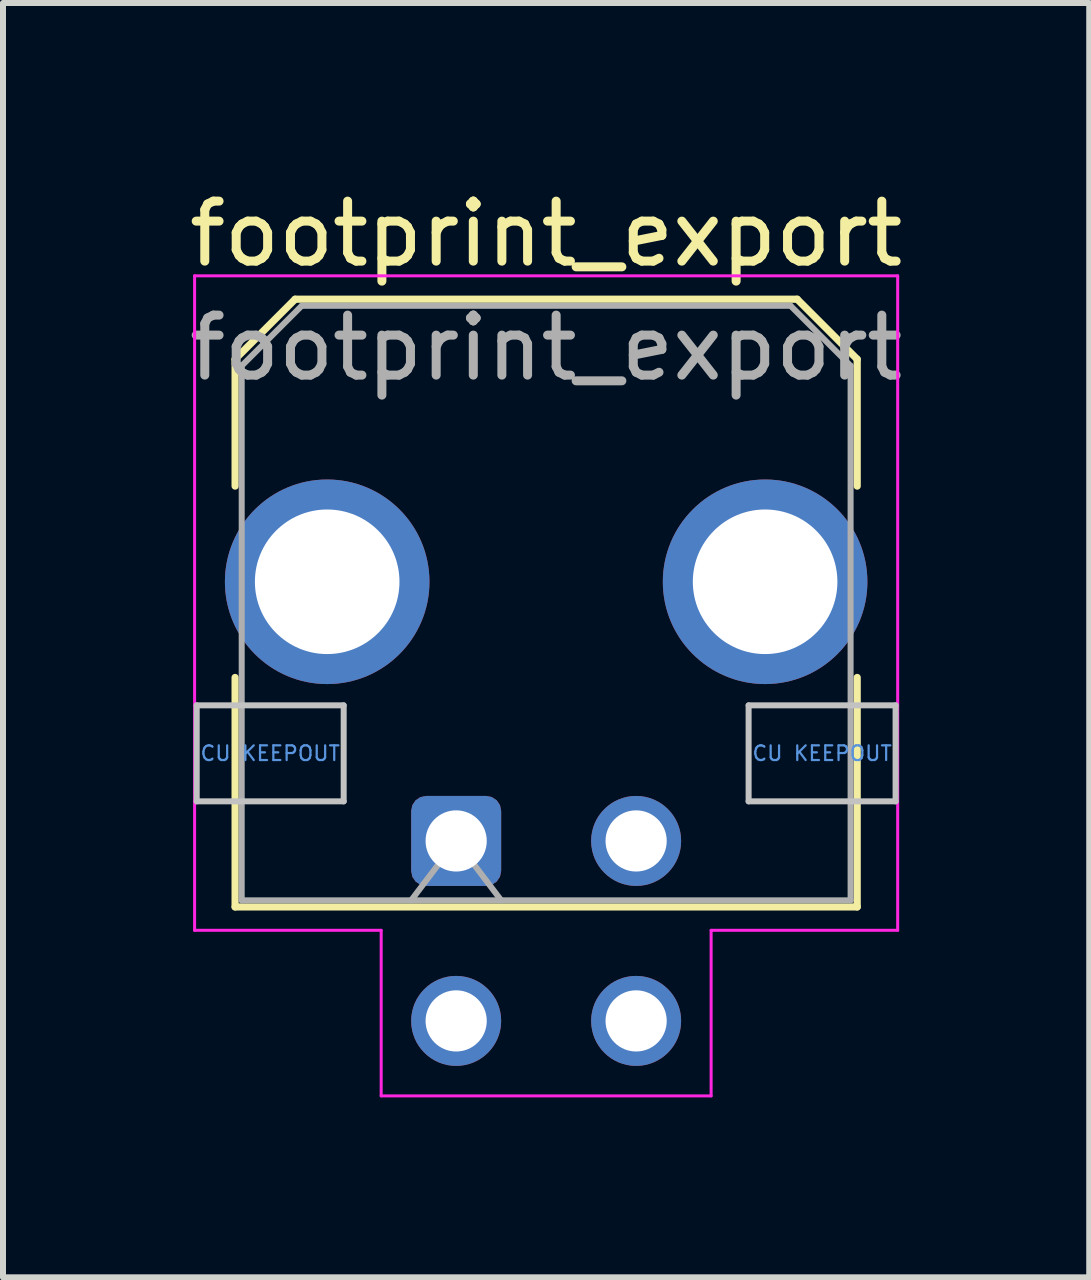
<source format=kicad_pcb>
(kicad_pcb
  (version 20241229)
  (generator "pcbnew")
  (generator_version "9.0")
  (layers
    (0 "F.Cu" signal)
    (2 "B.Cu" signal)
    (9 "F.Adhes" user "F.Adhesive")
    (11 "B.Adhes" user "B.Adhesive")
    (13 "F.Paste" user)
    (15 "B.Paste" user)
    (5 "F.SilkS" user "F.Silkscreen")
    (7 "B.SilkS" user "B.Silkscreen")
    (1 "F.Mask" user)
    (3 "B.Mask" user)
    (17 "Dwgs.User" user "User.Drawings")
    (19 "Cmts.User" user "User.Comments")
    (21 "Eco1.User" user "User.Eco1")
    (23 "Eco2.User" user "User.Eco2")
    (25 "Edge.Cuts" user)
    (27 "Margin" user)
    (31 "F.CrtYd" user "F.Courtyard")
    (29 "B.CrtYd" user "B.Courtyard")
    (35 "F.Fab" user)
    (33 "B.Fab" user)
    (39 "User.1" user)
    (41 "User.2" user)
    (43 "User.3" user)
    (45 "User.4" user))
  (footprint "footprint_export"
    (layer "F.Cu")
    (at 4.554 10.968)
    (property "Reference" "footprint_export" (at 1.5 -10.12 0) (layer "F.SilkS") (effects (font (size 1 1) (thickness 0.15))))
    (attr through_hole)
    (fp_line (start -3.685 -8.03) (end -2.685 -9.03) (stroke (width 0.12) (type solid)) (layer "F.SilkS"))
    (fp_line (start -3.685 -5.915) (end -3.685 -8.03) (stroke (width 0.12) (type solid)) (layer "F.SilkS"))
    (fp_line (start -3.685 -2.725) (end -3.685 1.1) (stroke (width 0.12) (type solid)) (layer "F.SilkS"))
    (fp_line (start -3.685 1.1) (end 6.685 1.1) (stroke (width 0.12) (type solid)) (layer "F.SilkS"))
    (fp_line (start -2.685 -9.03) (end 5.685 -9.03) (stroke (width 0.12) (type solid)) (layer "F.SilkS"))
    (fp_line (start 5.685 -9.03) (end 6.685 -8.03) (stroke (width 0.12) (type solid)) (layer "F.SilkS"))
    (fp_line (start 6.685 -8.03) (end 6.685 -5.915) (stroke (width 0.12) (type solid)) (layer "F.SilkS"))
    (fp_line (start 6.685 1.1) (end 6.685 -2.725) (stroke (width 0.12) (type solid)) (layer "F.SilkS"))
    (fp_line (start -4.325 -2.26) (end -4.325 -0.66) (stroke (width 0.1) (type solid)) (layer "Dwgs.User"))
    (fp_line (start -4.325 -0.66) (end -1.875 -0.66) (stroke (width 0.1) (type solid)) (layer "Dwgs.User"))
    (fp_line (start -1.875 -2.26) (end -4.325 -2.26) (stroke (width 0.1) (type solid)) (layer "Dwgs.User"))
    (fp_line (start -1.875 -0.66) (end -1.875 -2.26) (stroke (width 0.1) (type solid)) (layer "Dwgs.User"))
    (fp_line (start 4.875 -2.26) (end 4.875 -0.66) (stroke (width 0.1) (type solid)) (layer "Dwgs.User"))
    (fp_line (start 4.875 -0.66) (end 7.325 -0.66) (stroke (width 0.1) (type solid)) (layer "Dwgs.User"))
    (fp_line (start 7.325 -2.26) (end 4.875 -2.26) (stroke (width 0.1) (type solid)) (layer "Dwgs.User"))
    (fp_line (start 7.325 -0.66) (end 7.325 -2.26) (stroke (width 0.1) (type solid)) (layer "Dwgs.User"))
    (fp_line (start -4.36 -9.42) (end 7.36 -9.42) (stroke (width 0.05) (type solid)) (layer "F.CrtYd"))
    (fp_line (start -4.36 1.49) (end -4.36 -9.42) (stroke (width 0.05) (type solid)) (layer "F.CrtYd"))
    (fp_line (start -1.25 1.49) (end -4.36 1.49) (stroke (width 0.05) (type solid)) (layer "F.CrtYd"))
    (fp_line (start -1.25 4.25) (end -1.25 1.49) (stroke (width 0.05) (type solid)) (layer "F.CrtYd"))
    (fp_line (start 4.25 1.49) (end 4.25 4.25) (stroke (width 0.05) (type solid)) (layer "F.CrtYd"))
    (fp_line (start 4.25 4.25) (end -1.25 4.25) (stroke (width 0.05) (type solid)) (layer "F.CrtYd"))
    (fp_line (start 7.36 -9.42) (end 7.36 1.49) (stroke (width 0.05) (type solid)) (layer "F.CrtYd"))
    (fp_line (start 7.36 1.49) (end 4.25 1.49) (stroke (width 0.05) (type solid)) (layer "F.CrtYd"))
    (fp_line (start -3.575 -7.92) (end -2.575 -8.92) (stroke (width 0.1) (type solid)) (layer "F.Fab"))
    (fp_line (start -3.575 0.99) (end -3.575 -7.92) (stroke (width 0.1) (type solid)) (layer "F.Fab"))
    (fp_line (start -2.575 -8.92) (end 5.575 -8.92) (stroke (width 0.1) (type solid)) (layer "F.Fab"))
    (fp_line (start -0.75 0.99) (end 0 0) (stroke (width 0.1) (type solid)) (layer "F.Fab"))
    (fp_line (start 0 0) (end 0.75 0.99) (stroke (width 0.1) (type solid)) (layer "F.Fab"))
    (fp_line (start 5.575 -8.92) (end 6.575 -7.92) (stroke (width 0.1) (type solid)) (layer "F.Fab"))
    (fp_line (start 6.575 -7.92) (end 6.575 0.99) (stroke (width 0.1) (type solid)) (layer "F.Fab"))
    (fp_line (start 6.575 0.99) (end -3.575 0.99) (stroke (width 0.1) (type solid)) (layer "F.Fab"))
    (fp_text user "CU KEEPOUT" (at -3.1 -1.46 0) (layer "Cmts.User") (effects (font (size 0.245 0.245) (thickness 0.037))))
    (fp_text user "CU KEEPOUT" (at 6.1 -1.46 0) (layer "Cmts.User") (effects (font (size 0.245 0.245) (thickness 0.037))))
    (fp_text user "${REFERENCE}" (at 1.5 -8.22 0) (layer "F.Fab") (effects (font (size 1 1) (thickness 0.15))))
    (pad "1" thru_hole roundrect (at 0 0) (size 1.5 1.5) (drill 1.02) (layers "*.Cu" "*.Mask") (roundrect_rratio 0.167))
    (pad "2" thru_hole circle (at 3 0) (size 1.5 1.5) (drill 1.02) (layers "*.Cu" "*.Mask"))
    (pad "3" thru_hole circle (at 0 3) (size 1.5 1.5) (drill 1.02) (layers "*.Cu" "*.Mask"))
    (pad "4" thru_hole circle (at 3 3) (size 1.5 1.5) (drill 1.02) (layers "*.Cu" "*.Mask"))
    (pad "MP" thru_hole circle (at -2.15 -4.32) (size 3.41 3.41) (drill 2.41) (layers "*.Cu" "*.Mask"))
    (pad "MP" thru_hole circle (at 5.15 -4.32) (size 3.41 3.41) (drill 2.41) (layers "*.Cu" "*.Mask")))
  (gr_rect
    (start -3 -3)
    (end 15.107 18.243)
    (stroke (width 0.1) (type default))
    (fill no)
    (layer "Edge.Cuts")))
</source>
